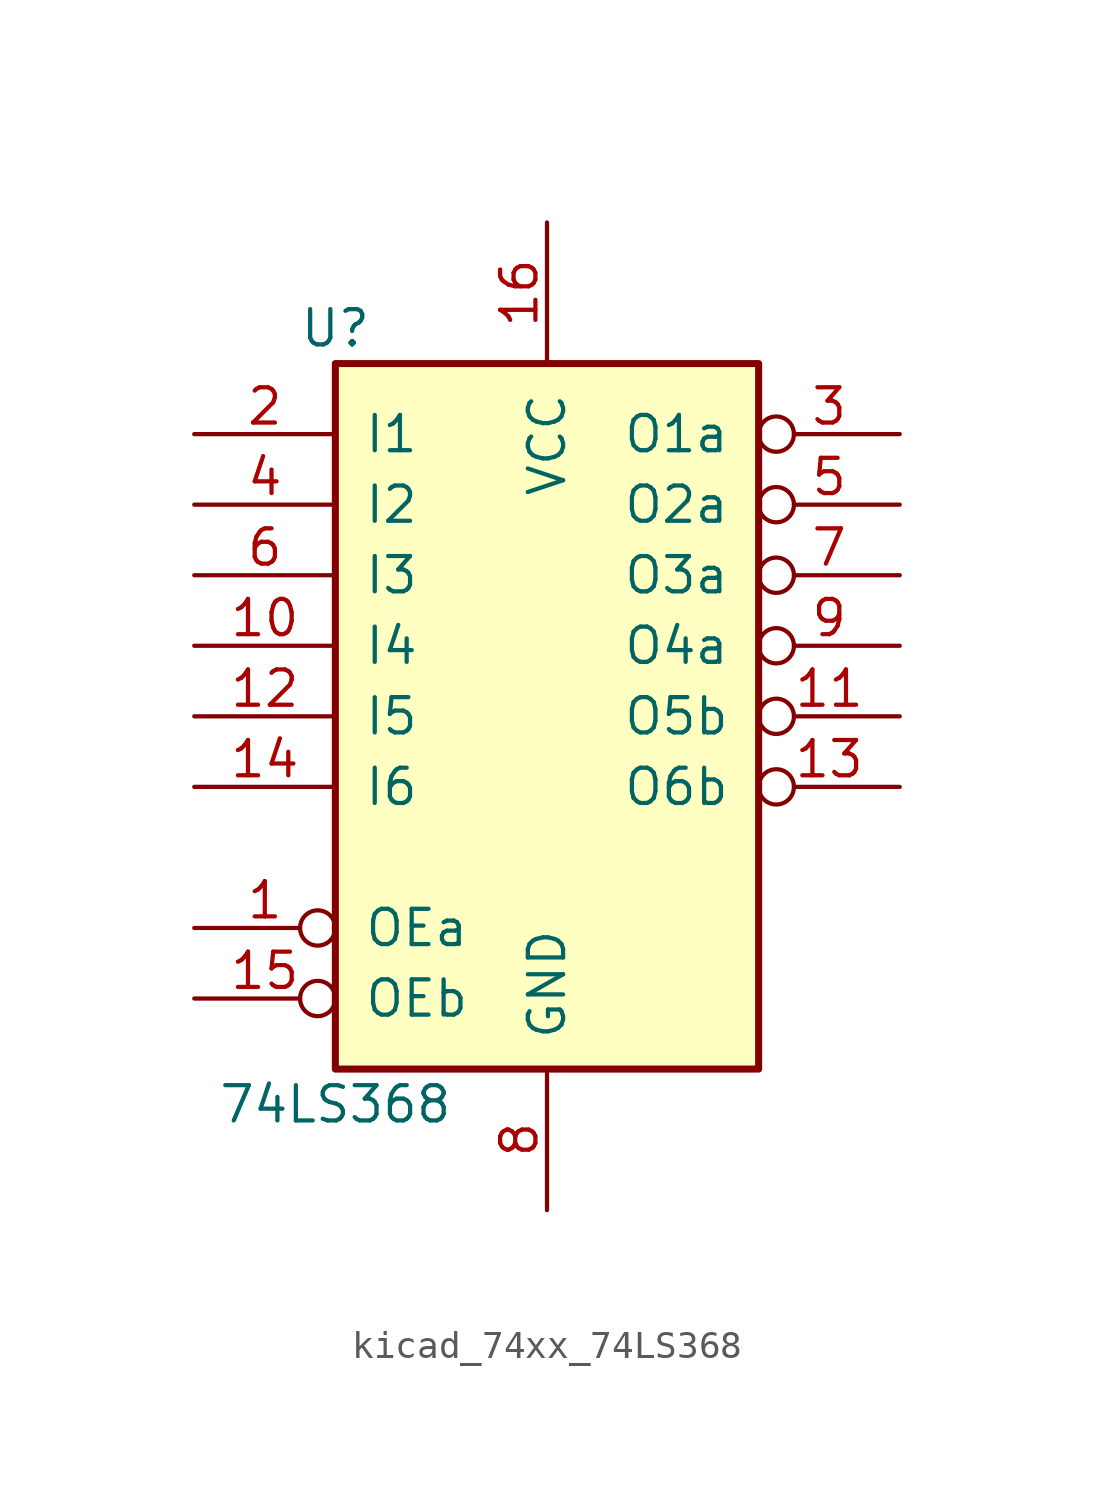
<source format=kicad_sym>
(kicad_symbol_lib
  (version 20220914)
  (generator kicad_symbol_editor)
  (symbol "kicad_74xx_74LS368"
    (pin_names
      (offset 1.016))
    (property "Reference" "U"
      (at -7.62 13.97 0)
      (effects (font (size 1.27 1.27))))
    (property "Value" "74LS368"
      (at -7.62 -13.97 0)
      (effects (font (size 1.27 1.27))))
    (property "ki_locked" ""
      (at 0 0 0)
      (effects (font (size 1.27 1.27))))
    (symbol "kicad_74xx_74LS368_1_0"
      (pin input inverted (at -12.7 -7.62 0) (length 5.08) (name "OEa" (effects (font (size 1.27 1.27)))) (number "1" (effects (font (size 1.27 1.27)))))
      (pin input line (at -12.7 2.54 0) (length 5.08) (name "I4" (effects (font (size 1.27 1.27)))) (number "10" (effects (font (size 1.27 1.27)))))
      (pin tri_state inverted (at 12.7 0 180) (length 5.08) (name "O5b" (effects (font (size 1.27 1.27)))) (number "11" (effects (font (size 1.27 1.27)))))
      (pin input line (at -12.7 0 0) (length 5.08) (name "I5" (effects (font (size 1.27 1.27)))) (number "12" (effects (font (size 1.27 1.27)))))
      (pin tri_state inverted (at 12.7 -2.54 180) (length 5.08) (name "O6b" (effects (font (size 1.27 1.27)))) (number "13" (effects (font (size 1.27 1.27)))))
      (pin input line (at -12.7 -2.54 0) (length 5.08) (name "I6" (effects (font (size 1.27 1.27)))) (number "14" (effects (font (size 1.27 1.27)))))
      (pin input inverted (at -12.7 -10.16 0) (length 5.08) (name "OEb" (effects (font (size 1.27 1.27)))) (number "15" (effects (font (size 1.27 1.27)))))
      (pin power_in line (at 0 17.78 270) (length 5.08) (name "VCC" (effects (font (size 1.27 1.27)))) (number "16" (effects (font (size 1.27 1.27)))))
      (pin input line (at -12.7 10.16 0) (length 5.08) (name "I1" (effects (font (size 1.27 1.27)))) (number "2" (effects (font (size 1.27 1.27)))))
      (pin tri_state inverted (at 12.7 10.16 180) (length 5.08) (name "O1a" (effects (font (size 1.27 1.27)))) (number "3" (effects (font (size 1.27 1.27)))))
      (pin input line (at -12.7 7.62 0) (length 5.08) (name "I2" (effects (font (size 1.27 1.27)))) (number "4" (effects (font (size 1.27 1.27)))))
      (pin tri_state inverted (at 12.7 7.62 180) (length 5.08) (name "O2a" (effects (font (size 1.27 1.27)))) (number "5" (effects (font (size 1.27 1.27)))))
      (pin input line (at -12.7 5.08 0) (length 5.08) (name "I3" (effects (font (size 1.27 1.27)))) (number "6" (effects (font (size 1.27 1.27)))))
      (pin tri_state inverted (at 12.7 5.08 180) (length 5.08) (name "O3a" (effects (font (size 1.27 1.27)))) (number "7" (effects (font (size 1.27 1.27)))))
      (pin power_in line (at 0 -17.78 90) (length 5.08) (name "GND" (effects (font (size 1.27 1.27)))) (number "8" (effects (font (size 1.27 1.27)))))
      (pin tri_state inverted (at 12.7 2.54 180) (length 5.08) (name "O4a" (effects (font (size 1.27 1.27)))) (number "9" (effects (font (size 1.27 1.27))))))
    (symbol "kicad_74xx_74LS368_1_1"
      (rectangle (start -7.62 12.7) (end 7.62 -12.7) (stroke (width 0.254) (type default)) (fill (type background))))))
</source>
